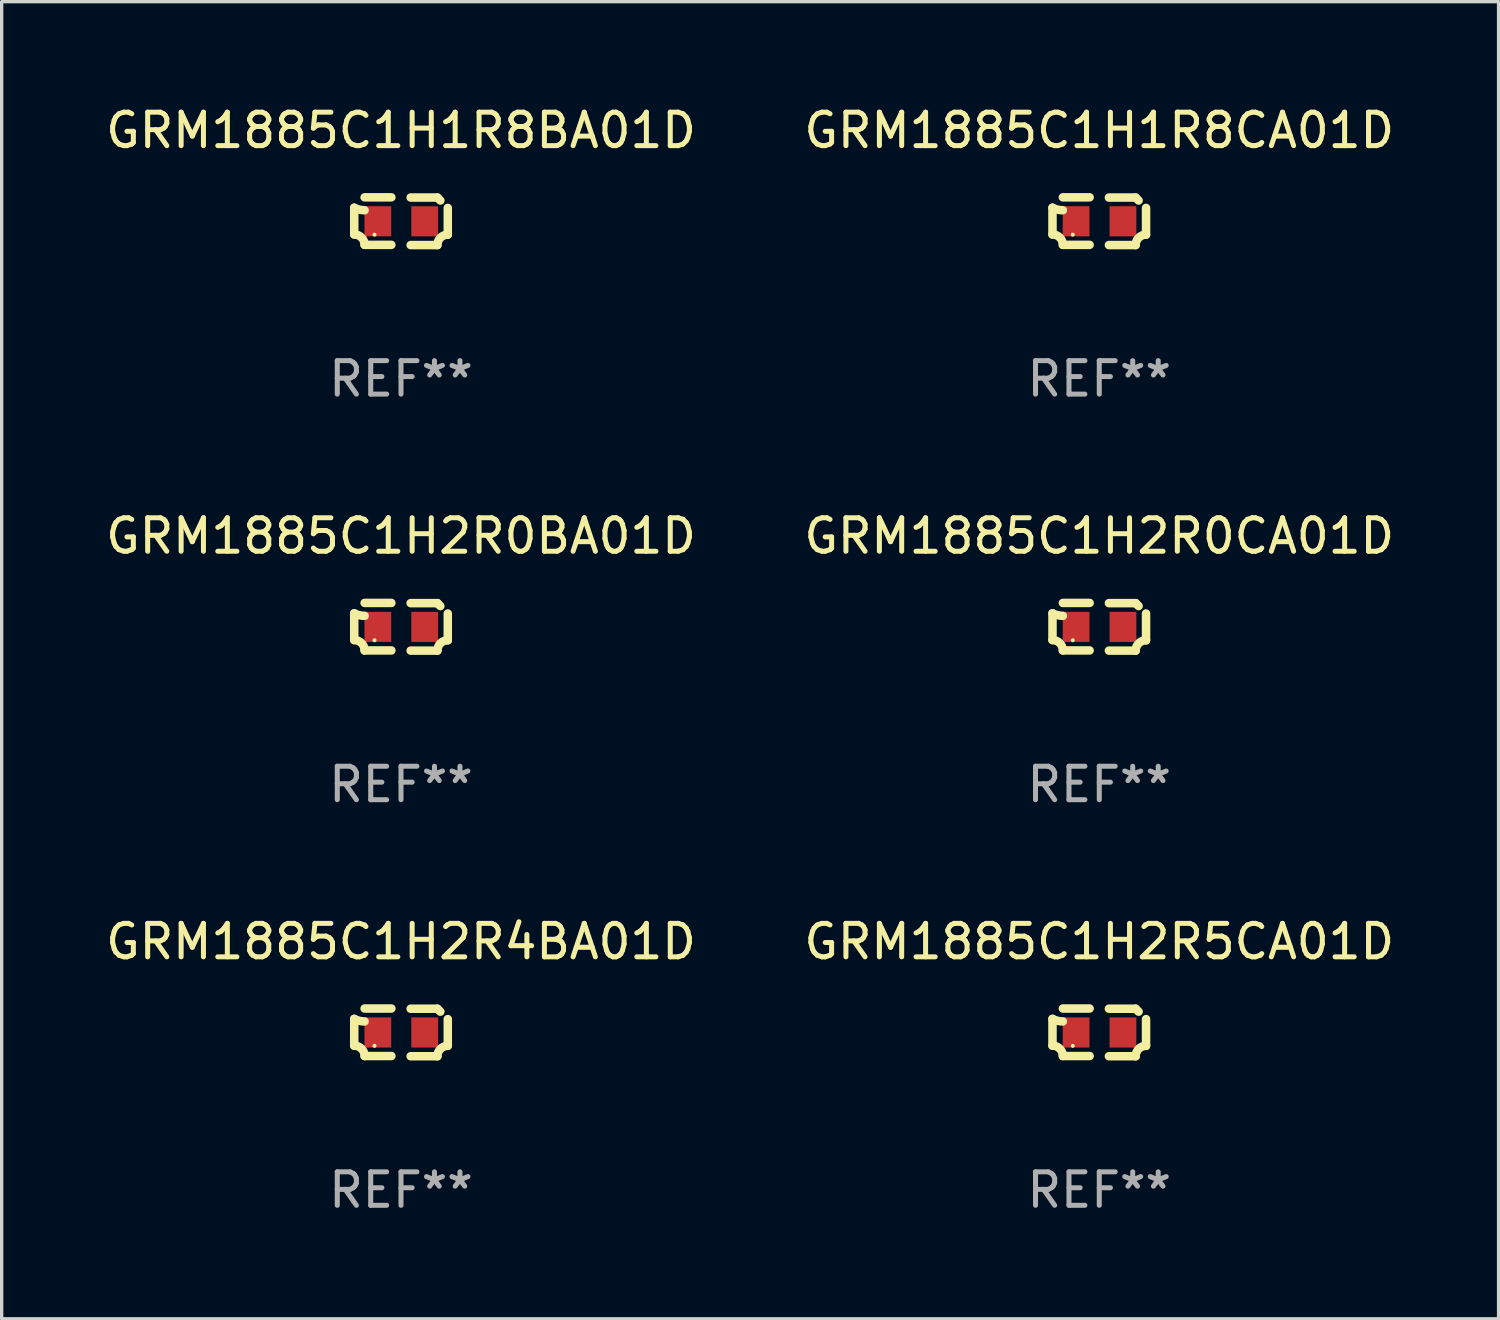
<source format=kicad_pcb>
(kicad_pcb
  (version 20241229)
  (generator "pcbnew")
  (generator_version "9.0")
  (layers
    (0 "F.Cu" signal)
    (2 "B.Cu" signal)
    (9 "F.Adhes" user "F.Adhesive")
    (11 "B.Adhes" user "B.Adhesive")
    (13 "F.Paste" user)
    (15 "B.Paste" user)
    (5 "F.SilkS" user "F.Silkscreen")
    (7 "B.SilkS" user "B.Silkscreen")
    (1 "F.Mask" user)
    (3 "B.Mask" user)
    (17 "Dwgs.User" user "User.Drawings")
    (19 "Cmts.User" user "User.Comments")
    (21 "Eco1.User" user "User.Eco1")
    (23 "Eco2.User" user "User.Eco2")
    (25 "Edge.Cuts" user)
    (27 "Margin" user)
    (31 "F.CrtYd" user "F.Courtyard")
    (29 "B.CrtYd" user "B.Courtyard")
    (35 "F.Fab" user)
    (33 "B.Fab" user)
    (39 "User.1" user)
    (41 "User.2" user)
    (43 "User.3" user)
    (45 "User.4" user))
  (footprint "GRM1885C1H1R8CA01D"
    (layer "F.Cu")
    (at 29.804 3.561)
    (property "Reference" "GRM1885C1H1R8CA01D" (at 0 -2.713 0) (layer "F.SilkS") (effects (font (size 1 1) (thickness 0.15))))
    (attr through_hole)
    (fp_line (start -1.398 -0.403) (end -1.398 0.397) (stroke (width 0.254) (type solid)) (layer "F.SilkS"))
    (fp_line (start -0.288 -0.713) (end -1.088 -0.713) (stroke (width 0.254) (type solid)) (layer "F.SilkS"))
    (fp_line (start -0.288 0.707) (end -1.088 0.707) (stroke (width 0.254) (type solid)) (layer "F.SilkS"))
    (fp_line (start 0.288 -0.707) (end 1.088 -0.707) (stroke (width 0.254) (type solid)) (layer "F.SilkS"))
    (fp_line (start 0.288 0.713) (end 1.088 0.713) (stroke (width 0.254) (type solid)) (layer "F.SilkS"))
    (fp_line (start 1.398 -0.397) (end 1.398 0.403) (stroke (width 0.254) (type solid)) (layer "F.SilkS"))
    (fp_arc (start -1.397789 0.397066) (mid -1.178701 0.487826) (end -1.08796 0.706922) (stroke (width 0.254001) (type solid)) (layer "F.SilkS"))
    (fp_arc (start -1.08796 -0.327176) (mid -1.247436 -0.346384) (end -1.39779 -0.402908) (stroke (width 0.254001) (type solid)) (layer "F.SilkS"))
    (fp_arc (start 1.087909 0.712738) (mid 1.178656 0.493655) (end 1.397739 0.402908) (stroke (width 0.254001) (type solid)) (layer "F.SilkS"))
    (fp_arc (start 1.175925 -0.618926) (mid 1.131917 -0.662923) (end 1.08791 -0.706922) (stroke (width 0.254001) (type solid)) (layer "F.SilkS"))
    (fp_circle (center -0.792 0.403) (end -0.762 0.403) (stroke (width 0.06) (type solid)) (fill no) (layer "F.SilkS"))
    (fp_text user "REF**" (at 0 4.713 0) (layer "F.Fab") (effects (font (size 1 1) (thickness 0.15))))
    (pad "1" smd rect (at -0.692 0.003) (size 0.8 0.9) (layers "F.Cu" "F.Mask" "F.Paste"))
    (pad "2" smd rect (at 0.708 0.003) (size 0.8 0.9) (layers "F.Cu" "F.Mask" "F.Paste")))
  (footprint "GRM1885C1H1R8BA01D"
    (layer "F.Cu")
    (at 8.935 3.561)
    (property "Reference" "GRM1885C1H1R8BA01D" (at 0 -2.713 0) (layer "F.SilkS") (effects (font (size 1 1) (thickness 0.15))))
    (attr through_hole)
    (fp_line (start -1.398 -0.403) (end -1.398 0.397) (stroke (width 0.254) (type solid)) (layer "F.SilkS"))
    (fp_line (start -0.288 -0.713) (end -1.088 -0.713) (stroke (width 0.254) (type solid)) (layer "F.SilkS"))
    (fp_line (start -0.288 0.707) (end -1.088 0.707) (stroke (width 0.254) (type solid)) (layer "F.SilkS"))
    (fp_line (start 0.288 -0.707) (end 1.088 -0.707) (stroke (width 0.254) (type solid)) (layer "F.SilkS"))
    (fp_line (start 0.288 0.713) (end 1.088 0.713) (stroke (width 0.254) (type solid)) (layer "F.SilkS"))
    (fp_line (start 1.398 -0.397) (end 1.398 0.403) (stroke (width 0.254) (type solid)) (layer "F.SilkS"))
    (fp_arc (start -1.397789 0.397066) (mid -1.178701 0.487826) (end -1.08796 0.706922) (stroke (width 0.254001) (type solid)) (layer "F.SilkS"))
    (fp_arc (start -1.08796 -0.327176) (mid -1.247436 -0.346384) (end -1.39779 -0.402908) (stroke (width 0.254001) (type solid)) (layer "F.SilkS"))
    (fp_arc (start 1.087909 0.712738) (mid 1.178656 0.493655) (end 1.397739 0.402908) (stroke (width 0.254001) (type solid)) (layer "F.SilkS"))
    (fp_arc (start 1.175925 -0.618926) (mid 1.131917 -0.662923) (end 1.08791 -0.706922) (stroke (width 0.254001) (type solid)) (layer "F.SilkS"))
    (fp_circle (center -0.792 0.403) (end -0.762 0.403) (stroke (width 0.06) (type solid)) (fill no) (layer "F.SilkS"))
    (fp_text user "REF**" (at 0 4.713 0) (layer "F.Fab") (effects (font (size 1 1) (thickness 0.15))))
    (pad "1" smd rect (at -0.692 0.003) (size 0.8 0.9) (layers "F.Cu" "F.Mask" "F.Paste"))
    (pad "2" smd rect (at 0.708 0.003) (size 0.8 0.9) (layers "F.Cu" "F.Mask" "F.Paste")))
  (footprint "GRM1885C1H2R4BA01D"
    (layer "F.Cu")
    (at 8.935 27.805)
    (property "Reference" "GRM1885C1H2R4BA01D" (at 0 -2.713 0) (layer "F.SilkS") (effects (font (size 1 1) (thickness 0.15))))
    (attr through_hole)
    (fp_line (start -1.398 -0.403) (end -1.398 0.397) (stroke (width 0.254) (type solid)) (layer "F.SilkS"))
    (fp_line (start -0.288 -0.713) (end -1.088 -0.713) (stroke (width 0.254) (type solid)) (layer "F.SilkS"))
    (fp_line (start -0.288 0.707) (end -1.088 0.707) (stroke (width 0.254) (type solid)) (layer "F.SilkS"))
    (fp_line (start 0.288 -0.707) (end 1.088 -0.707) (stroke (width 0.254) (type solid)) (layer "F.SilkS"))
    (fp_line (start 0.288 0.713) (end 1.088 0.713) (stroke (width 0.254) (type solid)) (layer "F.SilkS"))
    (fp_line (start 1.398 -0.397) (end 1.398 0.403) (stroke (width 0.254) (type solid)) (layer "F.SilkS"))
    (fp_arc (start -1.397789 0.397066) (mid -1.178701 0.487826) (end -1.08796 0.706922) (stroke (width 0.254001) (type solid)) (layer "F.SilkS"))
    (fp_arc (start -1.08796 -0.327176) (mid -1.247436 -0.346384) (end -1.39779 -0.402908) (stroke (width 0.254001) (type solid)) (layer "F.SilkS"))
    (fp_arc (start 1.087909 0.712738) (mid 1.178656 0.493655) (end 1.397739 0.402908) (stroke (width 0.254001) (type solid)) (layer "F.SilkS"))
    (fp_arc (start 1.175925 -0.618926) (mid 1.131917 -0.662923) (end 1.08791 -0.706922) (stroke (width 0.254001) (type solid)) (layer "F.SilkS"))
    (fp_circle (center -0.792 0.403) (end -0.762 0.403) (stroke (width 0.06) (type solid)) (fill no) (layer "F.SilkS"))
    (fp_text user "REF**" (at 0 4.713 0) (layer "F.Fab") (effects (font (size 1 1) (thickness 0.15))))
    (pad "1" smd rect (at -0.692 0.003) (size 0.8 0.9) (layers "F.Cu" "F.Mask" "F.Paste"))
    (pad "2" smd rect (at 0.708 0.003) (size 0.8 0.9) (layers "F.Cu" "F.Mask" "F.Paste")))
  (footprint "GRM1885C1H2R0BA01D"
    (layer "F.Cu")
    (at 8.935 15.683)
    (property "Reference" "GRM1885C1H2R0BA01D" (at 0 -2.713 0) (layer "F.SilkS") (effects (font (size 1 1) (thickness 0.15))))
    (attr through_hole)
    (fp_line (start -1.398 -0.403) (end -1.398 0.397) (stroke (width 0.254) (type solid)) (layer "F.SilkS"))
    (fp_line (start -0.288 -0.713) (end -1.088 -0.713) (stroke (width 0.254) (type solid)) (layer "F.SilkS"))
    (fp_line (start -0.288 0.707) (end -1.088 0.707) (stroke (width 0.254) (type solid)) (layer "F.SilkS"))
    (fp_line (start 0.288 -0.707) (end 1.088 -0.707) (stroke (width 0.254) (type solid)) (layer "F.SilkS"))
    (fp_line (start 0.288 0.713) (end 1.088 0.713) (stroke (width 0.254) (type solid)) (layer "F.SilkS"))
    (fp_line (start 1.398 -0.397) (end 1.398 0.403) (stroke (width 0.254) (type solid)) (layer "F.SilkS"))
    (fp_arc (start -1.397789 0.397066) (mid -1.178701 0.487826) (end -1.08796 0.706922) (stroke (width 0.254001) (type solid)) (layer "F.SilkS"))
    (fp_arc (start -1.08796 -0.327176) (mid -1.247436 -0.346384) (end -1.39779 -0.402908) (stroke (width 0.254001) (type solid)) (layer "F.SilkS"))
    (fp_arc (start 1.087909 0.712738) (mid 1.178656 0.493655) (end 1.397739 0.402908) (stroke (width 0.254001) (type solid)) (layer "F.SilkS"))
    (fp_arc (start 1.175925 -0.618926) (mid 1.131917 -0.662923) (end 1.08791 -0.706922) (stroke (width 0.254001) (type solid)) (layer "F.SilkS"))
    (fp_circle (center -0.792 0.403) (end -0.762 0.403) (stroke (width 0.06) (type solid)) (fill no) (layer "F.SilkS"))
    (fp_text user "REF**" (at 0 4.713 0) (layer "F.Fab") (effects (font (size 1 1) (thickness 0.15))))
    (pad "1" smd rect (at -0.692 0.003) (size 0.8 0.9) (layers "F.Cu" "F.Mask" "F.Paste"))
    (pad "2" smd rect (at 0.708 0.003) (size 0.8 0.9) (layers "F.Cu" "F.Mask" "F.Paste")))
  (footprint "GRM1885C1H2R0CA01D"
    (layer "F.Cu")
    (at 29.804 15.683)
    (property "Reference" "GRM1885C1H2R0CA01D" (at 0 -2.713 0) (layer "F.SilkS") (effects (font (size 1 1) (thickness 0.15))))
    (attr through_hole)
    (fp_line (start -1.398 -0.403) (end -1.398 0.397) (stroke (width 0.254) (type solid)) (layer "F.SilkS"))
    (fp_line (start -0.288 -0.713) (end -1.088 -0.713) (stroke (width 0.254) (type solid)) (layer "F.SilkS"))
    (fp_line (start -0.288 0.707) (end -1.088 0.707) (stroke (width 0.254) (type solid)) (layer "F.SilkS"))
    (fp_line (start 0.288 -0.707) (end 1.088 -0.707) (stroke (width 0.254) (type solid)) (layer "F.SilkS"))
    (fp_line (start 0.288 0.713) (end 1.088 0.713) (stroke (width 0.254) (type solid)) (layer "F.SilkS"))
    (fp_line (start 1.398 -0.397) (end 1.398 0.403) (stroke (width 0.254) (type solid)) (layer "F.SilkS"))
    (fp_arc (start -1.397789 0.397066) (mid -1.178701 0.487826) (end -1.08796 0.706922) (stroke (width 0.254001) (type solid)) (layer "F.SilkS"))
    (fp_arc (start -1.08796 -0.327176) (mid -1.247436 -0.346384) (end -1.39779 -0.402908) (stroke (width 0.254001) (type solid)) (layer "F.SilkS"))
    (fp_arc (start 1.087909 0.712738) (mid 1.178656 0.493655) (end 1.397739 0.402908) (stroke (width 0.254001) (type solid)) (layer "F.SilkS"))
    (fp_arc (start 1.175925 -0.618926) (mid 1.131917 -0.662923) (end 1.08791 -0.706922) (stroke (width 0.254001) (type solid)) (layer "F.SilkS"))
    (fp_circle (center -0.792 0.403) (end -0.762 0.403) (stroke (width 0.06) (type solid)) (fill no) (layer "F.SilkS"))
    (fp_text user "REF**" (at 0 4.713 0) (layer "F.Fab") (effects (font (size 1 1) (thickness 0.15))))
    (pad "1" smd rect (at -0.692 0.003) (size 0.8 0.9) (layers "F.Cu" "F.Mask" "F.Paste"))
    (pad "2" smd rect (at 0.708 0.003) (size 0.8 0.9) (layers "F.Cu" "F.Mask" "F.Paste")))
  (footprint "GRM1885C1H2R5CA01D"
    (layer "F.Cu")
    (at 29.804 27.805)
    (property "Reference" "GRM1885C1H2R5CA01D" (at 0 -2.713 0) (layer "F.SilkS") (effects (font (size 1 1) (thickness 0.15))))
    (attr through_hole)
    (fp_line (start -1.398 -0.403) (end -1.398 0.397) (stroke (width 0.254) (type solid)) (layer "F.SilkS"))
    (fp_line (start -0.288 -0.713) (end -1.088 -0.713) (stroke (width 0.254) (type solid)) (layer "F.SilkS"))
    (fp_line (start -0.288 0.707) (end -1.088 0.707) (stroke (width 0.254) (type solid)) (layer "F.SilkS"))
    (fp_line (start 0.288 -0.707) (end 1.088 -0.707) (stroke (width 0.254) (type solid)) (layer "F.SilkS"))
    (fp_line (start 0.288 0.713) (end 1.088 0.713) (stroke (width 0.254) (type solid)) (layer "F.SilkS"))
    (fp_line (start 1.398 -0.397) (end 1.398 0.403) (stroke (width 0.254) (type solid)) (layer "F.SilkS"))
    (fp_arc (start -1.397789 0.397066) (mid -1.178701 0.487826) (end -1.08796 0.706922) (stroke (width 0.254001) (type solid)) (layer "F.SilkS"))
    (fp_arc (start -1.08796 -0.327176) (mid -1.247436 -0.346384) (end -1.39779 -0.402908) (stroke (width 0.254001) (type solid)) (layer "F.SilkS"))
    (fp_arc (start 1.087909 0.712738) (mid 1.178656 0.493655) (end 1.397739 0.402908) (stroke (width 0.254001) (type solid)) (layer "F.SilkS"))
    (fp_arc (start 1.175925 -0.618926) (mid 1.131917 -0.662923) (end 1.08791 -0.706922) (stroke (width 0.254001) (type solid)) (layer "F.SilkS"))
    (fp_circle (center -0.792 0.403) (end -0.762 0.403) (stroke (width 0.06) (type solid)) (fill no) (layer "F.SilkS"))
    (fp_text user "REF**" (at 0 4.713 0) (layer "F.Fab") (effects (font (size 1 1) (thickness 0.15))))
    (pad "1" smd rect (at -0.692 0.003) (size 0.8 0.9) (layers "F.Cu" "F.Mask" "F.Paste"))
    (pad "2" smd rect (at 0.708 0.003) (size 0.8 0.9) (layers "F.Cu" "F.Mask" "F.Paste")))
  (gr_rect
    (start -3 -3)
    (end 41.738 36.366)
    (stroke (width 0.1) (type default))
    (fill no)
    (layer "Edge.Cuts")))
</source>
